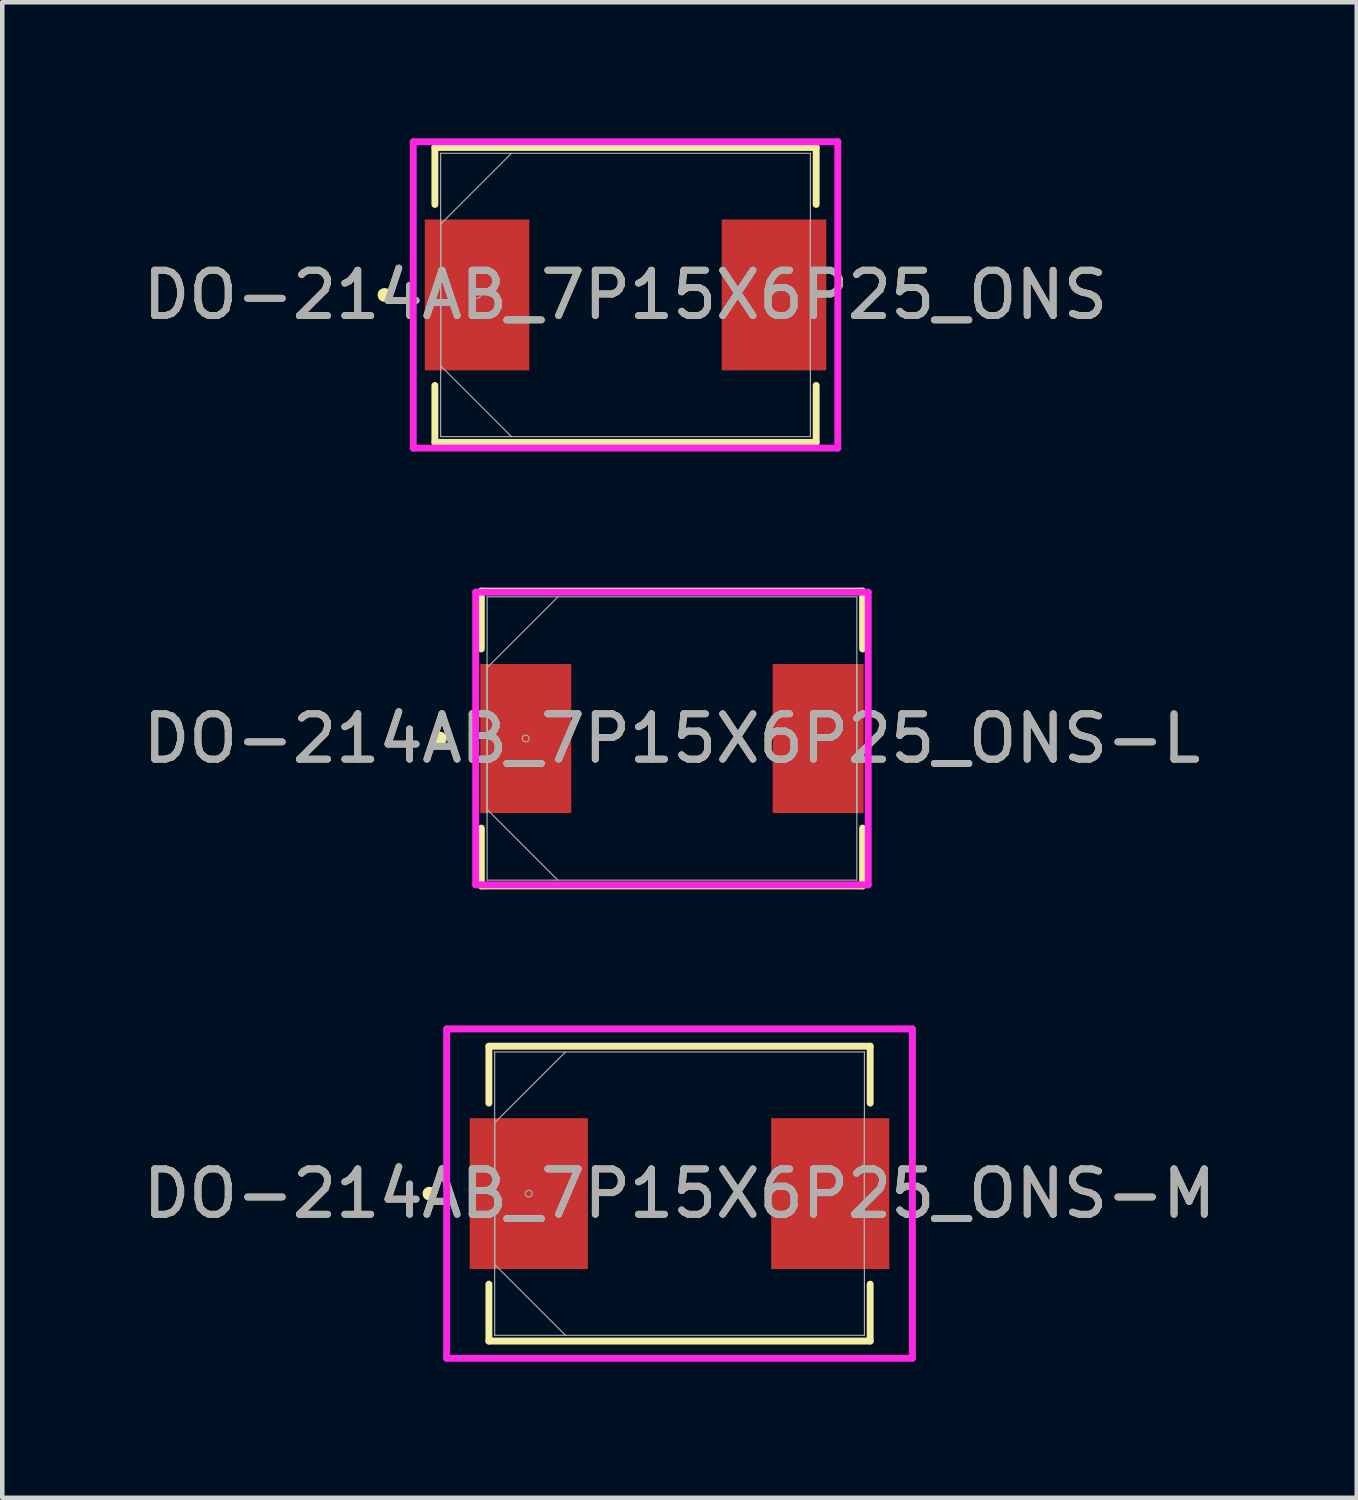
<source format=kicad_pcb>
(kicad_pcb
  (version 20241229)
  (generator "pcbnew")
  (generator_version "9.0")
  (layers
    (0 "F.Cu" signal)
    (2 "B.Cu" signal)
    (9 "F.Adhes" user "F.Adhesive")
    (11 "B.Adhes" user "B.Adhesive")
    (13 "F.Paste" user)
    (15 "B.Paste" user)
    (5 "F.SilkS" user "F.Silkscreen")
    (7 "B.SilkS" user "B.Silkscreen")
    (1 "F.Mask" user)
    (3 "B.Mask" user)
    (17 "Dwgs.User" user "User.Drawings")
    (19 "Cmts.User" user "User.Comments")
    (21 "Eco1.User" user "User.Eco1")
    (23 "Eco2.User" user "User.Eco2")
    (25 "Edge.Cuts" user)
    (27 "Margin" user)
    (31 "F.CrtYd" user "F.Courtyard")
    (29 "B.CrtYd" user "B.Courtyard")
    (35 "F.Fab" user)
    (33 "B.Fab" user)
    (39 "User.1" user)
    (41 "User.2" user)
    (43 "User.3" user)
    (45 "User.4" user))
  (footprint "DO-214AB_7P15X6P25_ONS-M"
    (layer "F.Cu")
    (at 11.935 23.272)
    (property "Reference" "DO-214AB_7P15X6P25_ONS-M" (at 0 0 0) (unlocked yes) (layer "F.SilkS") (effects (font (size 1 1) (thickness 0.15))))
    (attr smd)
    (fp_line (start -4.204 -3.251) (end -4.204 -1.996) (stroke (width 0.152) (type solid)) (layer "F.SilkS"))
    (fp_line (start -4.204 1.996) (end -4.204 3.251) (stroke (width 0.152) (type solid)) (layer "F.SilkS"))
    (fp_line (start -4.204 3.251) (end 4.204 3.251) (stroke (width 0.152) (type solid)) (layer "F.SilkS"))
    (fp_line (start 4.204 -3.251) (end -4.204 -3.251) (stroke (width 0.152) (type solid)) (layer "F.SilkS"))
    (fp_line (start 4.204 -1.996) (end 4.204 -3.251) (stroke (width 0.152) (type solid)) (layer "F.SilkS"))
    (fp_line (start 4.204 3.251) (end 4.204 1.996) (stroke (width 0.152) (type solid)) (layer "F.SilkS"))
    (fp_circle (center -5.516 0) (end -5.44 0) (stroke (width 0.152) (type solid)) (fill no) (layer "F.SilkS"))
    (fp_line (start -5.135 -3.632) (end 5.135 -3.632) (stroke (width 0.152) (type solid)) (layer "F.CrtYd"))
    (fp_line (start -5.135 3.632) (end -5.135 -3.632) (stroke (width 0.152) (type solid)) (layer "F.CrtYd"))
    (fp_line (start 5.135 -3.632) (end 5.135 3.632) (stroke (width 0.152) (type solid)) (layer "F.CrtYd"))
    (fp_line (start 5.135 3.632) (end -5.135 3.632) (stroke (width 0.152) (type solid)) (layer "F.CrtYd"))
    (fp_line (start -4.077 -3.124) (end -4.077 3.124) (stroke (width 0.025) (type solid)) (layer "F.Fab"))
    (fp_line (start -4.077 -1.638) (end -4.077 -1.638) (stroke (width 0.025) (type solid)) (layer "F.Fab"))
    (fp_line (start -4.077 -1.638) (end -4.077 1.638) (stroke (width 0.025) (type solid)) (layer "F.Fab"))
    (fp_line (start -4.077 -1.562) (end -2.515 -3.124) (stroke (width 0.025) (type solid)) (layer "F.Fab"))
    (fp_line (start -4.077 1.562) (end -2.515 3.124) (stroke (width 0.025) (type solid)) (layer "F.Fab"))
    (fp_line (start -4.077 1.638) (end -4.077 -1.638) (stroke (width 0.025) (type solid)) (layer "F.Fab"))
    (fp_line (start -4.077 1.638) (end -4.077 1.638) (stroke (width 0.025) (type solid)) (layer "F.Fab"))
    (fp_line (start -4.077 3.124) (end 4.077 3.124) (stroke (width 0.025) (type solid)) (layer "F.Fab"))
    (fp_line (start 4.077 -3.124) (end -4.077 -3.124) (stroke (width 0.025) (type solid)) (layer "F.Fab"))
    (fp_line (start 4.077 -1.638) (end 4.077 -1.638) (stroke (width 0.025) (type solid)) (layer "F.Fab"))
    (fp_line (start 4.077 -1.638) (end 4.077 1.638) (stroke (width 0.025) (type solid)) (layer "F.Fab"))
    (fp_line (start 4.077 1.638) (end 4.077 -1.638) (stroke (width 0.025) (type solid)) (layer "F.Fab"))
    (fp_line (start 4.077 1.638) (end 4.077 1.638) (stroke (width 0.025) (type solid)) (layer "F.Fab"))
    (fp_line (start 4.077 3.124) (end 4.077 -3.124) (stroke (width 0.025) (type solid)) (layer "F.Fab"))
    (fp_circle (center -3.324 0) (end -3.248 0) (stroke (width 0.025) (type solid)) (fill no) (layer "F.Fab"))
    (fp_text user "${REFERENCE}" (at 0 0 0) (unlocked yes) (layer "F.Fab") (effects (font (size 1 1) (thickness 0.15))))
    (pad "1" smd rect (at -3.324 0) (size 2.606 3.327) (layers "F.Cu" "F.Mask" "F.Paste"))
    (pad "2" smd rect (at 3.324 0) (size 2.606 3.327) (layers "F.Cu" "F.Mask" "F.Paste"))
    (zone (net_name "") (layer "F.Cu") (hatch full 0.508) (connect_pads) (min_thickness 0.254) (filled_areas_thickness no) (keepout (tracks not_allowed) (vias not_allowed) (pads allowed) (copperpour not_allowed) (footprints allowed)) (placement (enabled no)) (fill) (polygon (pts (xy 9.964 20.199) (xy 13.905 20.199) (xy 13.905 26.345) (xy 9.964 26.345)))))
  (footprint "DO-214AB_7P15X6P25_ONS-L"
    (layer "F.Cu")
    (at 11.768 13.236)
    (property "Reference" "DO-214AB_7P15X6P25_ONS-L" (at 0 0 0) (unlocked yes) (layer "F.SilkS") (effects (font (size 1 1) (thickness 0.15))))
    (attr smd)
    (fp_line (start -4.204 -3.251) (end -4.204 -1.976) (stroke (width 0.152) (type solid)) (layer "F.SilkS"))
    (fp_line (start -4.204 1.976) (end -4.204 3.251) (stroke (width 0.152) (type solid)) (layer "F.SilkS"))
    (fp_line (start -4.204 3.251) (end 4.204 3.251) (stroke (width 0.152) (type solid)) (layer "F.SilkS"))
    (fp_line (start 4.204 -3.251) (end -4.204 -3.251) (stroke (width 0.152) (type solid)) (layer "F.SilkS"))
    (fp_line (start 4.204 -1.976) (end 4.204 -3.251) (stroke (width 0.152) (type solid)) (layer "F.SilkS"))
    (fp_line (start 4.204 3.251) (end 4.204 1.976) (stroke (width 0.152) (type solid)) (layer "F.SilkS"))
    (fp_circle (center -5.116 0) (end -5.04 0) (stroke (width 0.152) (type solid)) (fill no) (layer "F.SilkS"))
    (fp_line (start -4.328 -3.226) (end 4.328 -3.226) (stroke (width 0.152) (type solid)) (layer "F.CrtYd"))
    (fp_line (start -4.328 3.226) (end -4.328 -3.226) (stroke (width 0.152) (type solid)) (layer "F.CrtYd"))
    (fp_line (start 4.328 -3.226) (end 4.328 3.226) (stroke (width 0.152) (type solid)) (layer "F.CrtYd"))
    (fp_line (start 4.328 3.226) (end -4.328 3.226) (stroke (width 0.152) (type solid)) (layer "F.CrtYd"))
    (fp_line (start -4.077 -3.124) (end -4.077 3.124) (stroke (width 0.025) (type solid)) (layer "F.Fab"))
    (fp_line (start -4.077 -1.638) (end -4.077 -1.638) (stroke (width 0.025) (type solid)) (layer "F.Fab"))
    (fp_line (start -4.077 -1.638) (end -4.077 1.638) (stroke (width 0.025) (type solid)) (layer "F.Fab"))
    (fp_line (start -4.077 -1.562) (end -2.515 -3.124) (stroke (width 0.025) (type solid)) (layer "F.Fab"))
    (fp_line (start -4.077 1.562) (end -2.515 3.124) (stroke (width 0.025) (type solid)) (layer "F.Fab"))
    (fp_line (start -4.077 1.638) (end -4.077 -1.638) (stroke (width 0.025) (type solid)) (layer "F.Fab"))
    (fp_line (start -4.077 1.638) (end -4.077 1.638) (stroke (width 0.025) (type solid)) (layer "F.Fab"))
    (fp_line (start -4.077 3.124) (end 4.077 3.124) (stroke (width 0.025) (type solid)) (layer "F.Fab"))
    (fp_line (start 4.077 -3.124) (end -4.077 -3.124) (stroke (width 0.025) (type solid)) (layer "F.Fab"))
    (fp_line (start 4.077 -1.638) (end 4.077 -1.638) (stroke (width 0.025) (type solid)) (layer "F.Fab"))
    (fp_line (start 4.077 -1.638) (end 4.077 1.638) (stroke (width 0.025) (type solid)) (layer "F.Fab"))
    (fp_line (start 4.077 1.638) (end 4.077 -1.638) (stroke (width 0.025) (type solid)) (layer "F.Fab"))
    (fp_line (start 4.077 1.638) (end 4.077 1.638) (stroke (width 0.025) (type solid)) (layer "F.Fab"))
    (fp_line (start 4.077 3.124) (end 4.077 -3.124) (stroke (width 0.025) (type solid)) (layer "F.Fab"))
    (fp_circle (center -3.224 0) (end -3.148 0) (stroke (width 0.025) (type solid)) (fill no) (layer "F.Fab"))
    (fp_text user "${REFERENCE}" (at 0 0 0) (unlocked yes) (layer "F.Fab") (effects (font (size 1 1) (thickness 0.15))))
    (pad "1" smd rect (at -3.224 0) (size 2.006 3.287) (layers "F.Cu" "F.Mask" "F.Paste"))
    (pad "2" smd rect (at 3.224 0) (size 2.006 3.287) (layers "F.Cu" "F.Mask" "F.Paste"))
    (zone (net_name "") (layer "F.Cu") (hatch full 0.508) (connect_pads) (min_thickness 0.254) (filled_areas_thickness no) (keepout (tracks not_allowed) (vias not_allowed) (pads allowed) (copperpour not_allowed) (footprints allowed)) (placement (enabled no)) (fill) (polygon (pts (xy 9.598 10.163) (xy 13.938 10.163) (xy 13.938 16.31) (xy 9.598 16.31)))))
  (footprint "DO-214AB_7P15X6P25_ONS"
    (layer "F.Cu")
    (at 10.744 3.454)
    (property "Reference" "DO-214AB_7P15X6P25_ONS" (at 0 0 0) (unlocked yes) (layer "F.SilkS") (effects (font (size 1 1) (thickness 0.15))))
    (attr smd)
    (fp_line (start -4.204 -3.251) (end -4.204 -1.996) (stroke (width 0.152) (type solid)) (layer "F.SilkS"))
    (fp_line (start -4.204 1.996) (end -4.204 3.251) (stroke (width 0.152) (type solid)) (layer "F.SilkS"))
    (fp_line (start -4.204 3.251) (end 4.204 3.251) (stroke (width 0.152) (type solid)) (layer "F.SilkS"))
    (fp_line (start 4.204 -3.251) (end -4.204 -3.251) (stroke (width 0.152) (type solid)) (layer "F.SilkS"))
    (fp_line (start 4.204 -1.996) (end 4.204 -3.251) (stroke (width 0.152) (type solid)) (layer "F.SilkS"))
    (fp_line (start 4.204 3.251) (end 4.204 1.996) (stroke (width 0.152) (type solid)) (layer "F.SilkS"))
    (fp_circle (center -5.316 0) (end -5.239 0) (stroke (width 0.152) (type solid)) (fill no) (layer "F.SilkS"))
    (fp_line (start -4.681 -3.378) (end 4.681 -3.378) (stroke (width 0.152) (type solid)) (layer "F.CrtYd"))
    (fp_line (start -4.681 3.378) (end -4.681 -3.378) (stroke (width 0.152) (type solid)) (layer "F.CrtYd"))
    (fp_line (start 4.681 -3.378) (end 4.681 3.378) (stroke (width 0.152) (type solid)) (layer "F.CrtYd"))
    (fp_line (start 4.681 3.378) (end -4.681 3.378) (stroke (width 0.152) (type solid)) (layer "F.CrtYd"))
    (fp_line (start -4.077 -3.124) (end -4.077 3.124) (stroke (width 0.025) (type solid)) (layer "F.Fab"))
    (fp_line (start -4.077 -1.638) (end -4.077 -1.638) (stroke (width 0.025) (type solid)) (layer "F.Fab"))
    (fp_line (start -4.077 -1.638) (end -4.077 1.638) (stroke (width 0.025) (type solid)) (layer "F.Fab"))
    (fp_line (start -4.077 -1.562) (end -2.515 -3.124) (stroke (width 0.025) (type solid)) (layer "F.Fab"))
    (fp_line (start -4.077 1.562) (end -2.515 3.124) (stroke (width 0.025) (type solid)) (layer "F.Fab"))
    (fp_line (start -4.077 1.638) (end -4.077 -1.638) (stroke (width 0.025) (type solid)) (layer "F.Fab"))
    (fp_line (start -4.077 1.638) (end -4.077 1.638) (stroke (width 0.025) (type solid)) (layer "F.Fab"))
    (fp_line (start -4.077 3.124) (end 4.077 3.124) (stroke (width 0.025) (type solid)) (layer "F.Fab"))
    (fp_line (start 4.077 -3.124) (end -4.077 -3.124) (stroke (width 0.025) (type solid)) (layer "F.Fab"))
    (fp_line (start 4.077 -1.638) (end 4.077 -1.638) (stroke (width 0.025) (type solid)) (layer "F.Fab"))
    (fp_line (start 4.077 -1.638) (end 4.077 1.638) (stroke (width 0.025) (type solid)) (layer "F.Fab"))
    (fp_line (start 4.077 1.638) (end 4.077 -1.638) (stroke (width 0.025) (type solid)) (layer "F.Fab"))
    (fp_line (start 4.077 1.638) (end 4.077 1.638) (stroke (width 0.025) (type solid)) (layer "F.Fab"))
    (fp_line (start 4.077 3.124) (end 4.077 -3.124) (stroke (width 0.025) (type solid)) (layer "F.Fab"))
    (fp_circle (center -3.274 0) (end -3.198 0) (stroke (width 0.025) (type solid)) (fill no) (layer "F.Fab"))
    (fp_text user "${REFERENCE}" (at 0 0 0) (unlocked yes) (layer "F.Fab") (effects (font (size 1 1) (thickness 0.15))))
    (pad "1" smd rect (at -3.274 0) (size 2.306 3.327) (layers "F.Cu" "F.Mask" "F.Paste"))
    (pad "2" smd rect (at 3.274 0) (size 2.306 3.327) (layers "F.Cu" "F.Mask" "F.Paste"))
    (zone (net_name "") (layer "F.Cu") (hatch full 0.508) (connect_pads) (min_thickness 0.254) (filled_areas_thickness no) (keepout (tracks not_allowed) (vias not_allowed) (pads allowed) (copperpour not_allowed) (footprints allowed)) (placement (enabled no)) (fill) (polygon (pts (xy 8.674 0.381) (xy 12.814 0.381) (xy 12.814 6.528) (xy 8.674 6.528)))))
  (gr_rect
    (start -3 -3)
    (end 26.869 29.98)
    (stroke (width 0.1) (type default))
    (fill no)
    (layer "Edge.Cuts")))
</source>
